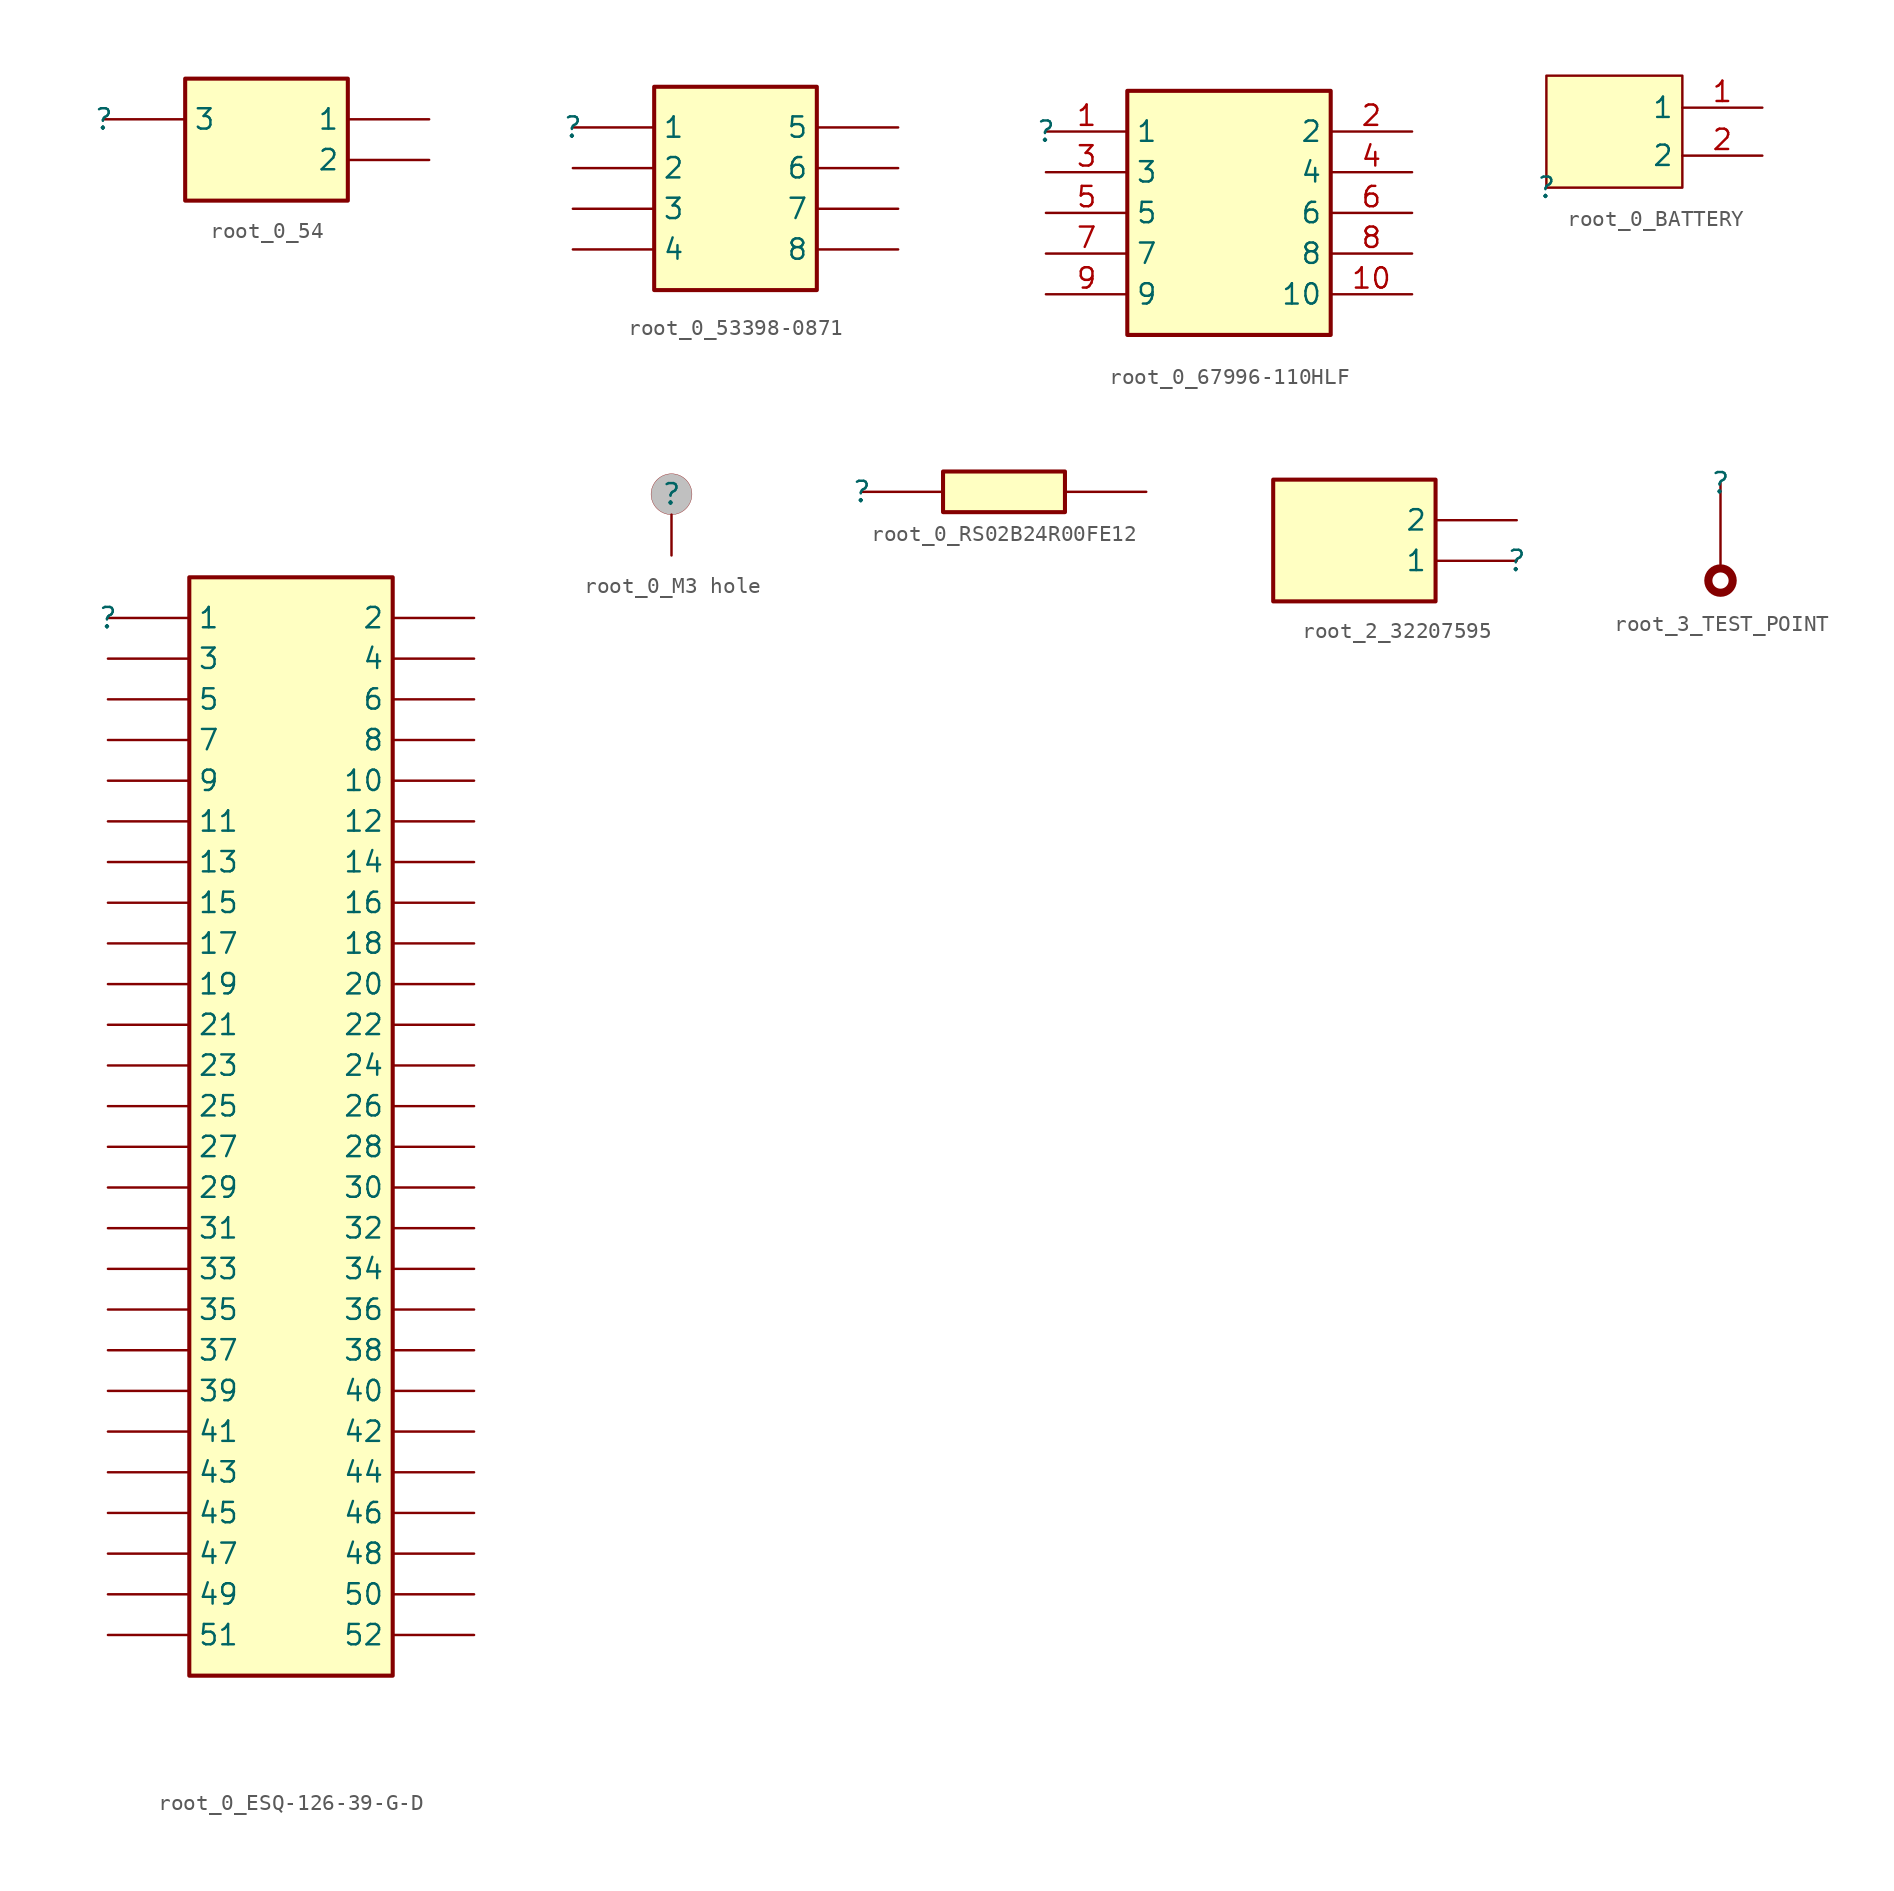
<source format=kicad_sym>
(kicad_symbol_lib
  (version 20220914)
  (generator kicad_symbol_editor)
  (symbol "root_0_54"
    (property "Reference" ""
      (at 0 0 0)
      (effects (font (size 1.27 1.27))))
    (property "Value" ""
      (at 0 0 0)
      (effects (font (size 1.27 1.27))))
    (symbol "root_0_54_1_0"
      (rectangle (start 15.24 2.54) (end 5.08 -5.08) (stroke (width 0.254) (type solid)) (fill (type background)))
      (pin passive line (at 20.32 0 180) (length 5.08) (name "1" (effects (font (size 1.27 1.27)))) (number "1" (effects (font (size 0 0)))))
      (pin passive line (at 20.32 -2.54 180) (length 5.08) (name "2" (effects (font (size 1.27 1.27)))) (number "2" (effects (font (size 0 0)))))
      (pin passive line (at 0 0 0) (length 5.08) (name "3" (effects (font (size 1.27 1.27)))) (number "3" (effects (font (size 0 0)))))))
  (symbol "root_0_53398-0871"
    (property "Reference" ""
      (at 0 0 0)
      (effects (font (size 1.27 1.27))))
    (property "Value" ""
      (at 0 0 0)
      (effects (font (size 1.27 1.27))))
    (symbol "root_0_53398-0871_1_0"
      (rectangle (start 15.24 2.54) (end 5.08 -10.16) (stroke (width 0.254) (type solid)) (fill (type background)))
      (pin passive line (at 0 0 0) (length 5.08) (name "1" (effects (font (size 1.27 1.27)))) (number "1" (effects (font (size 0 0)))))
      (pin passive line (at 0 -2.54 0) (length 5.08) (name "2" (effects (font (size 1.27 1.27)))) (number "2" (effects (font (size 0 0)))))
      (pin passive line (at 0 -5.08 0) (length 5.08) (name "3" (effects (font (size 1.27 1.27)))) (number "3" (effects (font (size 0 0)))))
      (pin passive line (at 0 -7.62 0) (length 5.08) (name "4" (effects (font (size 1.27 1.27)))) (number "4" (effects (font (size 0 0)))))
      (pin passive line (at 20.32 0 180) (length 5.08) (name "5" (effects (font (size 1.27 1.27)))) (number "5" (effects (font (size 0 0)))))
      (pin passive line (at 20.32 -2.54 180) (length 5.08) (name "6" (effects (font (size 1.27 1.27)))) (number "6" (effects (font (size 0 0)))))
      (pin passive line (at 20.32 -5.08 180) (length 5.08) (name "7" (effects (font (size 1.27 1.27)))) (number "7" (effects (font (size 0 0)))))
      (pin passive line (at 20.32 -7.62 180) (length 5.08) (name "8" (effects (font (size 1.27 1.27)))) (number "8" (effects (font (size 0 0)))))))
  (symbol "root_0_67996-110HLF"
    (property "Reference" ""
      (at 0 0 0)
      (effects (font (size 1.27 1.27))))
    (property "Value" ""
      (at 0 0 0)
      (effects (font (size 1.27 1.27))))
    (symbol "root_0_67996-110HLF_1_0"
      (rectangle (start 17.78 2.54) (end 5.08 -12.7) (stroke (width 0.254) (type solid)) (fill (type background)))
      (pin passive line (at 0 0 0) (length 5.08) (name "1" (effects (font (size 1.27 1.27)))) (number "1" (effects (font (size 1.27 1.27)))))
      (pin passive line (at 22.86 -10.16 180) (length 5.08) (name "10" (effects (font (size 1.27 1.27)))) (number "10" (effects (font (size 1.27 1.27)))))
      (pin passive line (at 22.86 0 180) (length 5.08) (name "2" (effects (font (size 1.27 1.27)))) (number "2" (effects (font (size 1.27 1.27)))))
      (pin passive line (at 0 -2.54 0) (length 5.08) (name "3" (effects (font (size 1.27 1.27)))) (number "3" (effects (font (size 1.27 1.27)))))
      (pin passive line (at 22.86 -2.54 180) (length 5.08) (name "4" (effects (font (size 1.27 1.27)))) (number "4" (effects (font (size 1.27 1.27)))))
      (pin passive line (at 0 -5.08 0) (length 5.08) (name "5" (effects (font (size 1.27 1.27)))) (number "5" (effects (font (size 1.27 1.27)))))
      (pin passive line (at 22.86 -5.08 180) (length 5.08) (name "6" (effects (font (size 1.27 1.27)))) (number "6" (effects (font (size 1.27 1.27)))))
      (pin passive line (at 0 -7.62 0) (length 5.08) (name "7" (effects (font (size 1.27 1.27)))) (number "7" (effects (font (size 1.27 1.27)))))
      (pin passive line (at 22.86 -7.62 180) (length 5.08) (name "8" (effects (font (size 1.27 1.27)))) (number "8" (effects (font (size 1.27 1.27)))))
      (pin passive line (at 0 -10.16 0) (length 5.08) (name "9" (effects (font (size 1.27 1.27)))) (number "9" (effects (font (size 1.27 1.27)))))))
  (symbol "root_0_BATTERY"
    (property "Reference" ""
      (at 0 0 0)
      (effects (font (size 1.27 1.27))))
    (property "Value" ""
      (at 0 0 0)
      (effects (font (size 1.27 1.27))))
    (symbol "root_0_BATTERY_1_0"
      (rectangle (start 8.5 7) (end 0 0) (stroke (width 0) (type solid)) (fill (type background)))
      (pin passive line (at 13.5 5 180) (length 5) (name "1" (effects (font (size 1.27 1.27)))) (number "1" (effects (font (size 1.27 1.27)))))
      (pin passive line (at 13.5 2 180) (length 5) (name "2" (effects (font (size 1.27 1.27)))) (number "2" (effects (font (size 1.27 1.27)))))))
  (symbol "root_0_ESQ-126-39-G-D"
    (property "Reference" ""
      (at 0 0 0)
      (effects (font (size 1.27 1.27))))
    (property "Value" ""
      (at 0 0 0)
      (effects (font (size 1.27 1.27))))
    (symbol "root_0_ESQ-126-39-G-D_1_0"
      (rectangle (start 17.78 2.54) (end 5.08 -66.04) (stroke (width 0.254) (type solid)) (fill (type background)))
      (pin passive line (at 0 0 0) (length 5.08) (name "1" (effects (font (size 1.27 1.27)))) (number "1" (effects (font (size 0 0)))))
      (pin passive line (at 22.86 -10.16 180) (length 5.08) (name "10" (effects (font (size 1.27 1.27)))) (number "10" (effects (font (size 0 0)))))
      (pin passive line (at 0 -12.7 0) (length 5.08) (name "11" (effects (font (size 1.27 1.27)))) (number "11" (effects (font (size 0 0)))))
      (pin passive line (at 22.86 -12.7 180) (length 5.08) (name "12" (effects (font (size 1.27 1.27)))) (number "12" (effects (font (size 0 0)))))
      (pin passive line (at 0 -15.24 0) (length 5.08) (name "13" (effects (font (size 1.27 1.27)))) (number "13" (effects (font (size 0 0)))))
      (pin passive line (at 22.86 -15.24 180) (length 5.08) (name "14" (effects (font (size 1.27 1.27)))) (number "14" (effects (font (size 0 0)))))
      (pin passive line (at 0 -17.78 0) (length 5.08) (name "15" (effects (font (size 1.27 1.27)))) (number "15" (effects (font (size 0 0)))))
      (pin passive line (at 22.86 -17.78 180) (length 5.08) (name "16" (effects (font (size 1.27 1.27)))) (number "16" (effects (font (size 0 0)))))
      (pin passive line (at 0 -20.32 0) (length 5.08) (name "17" (effects (font (size 1.27 1.27)))) (number "17" (effects (font (size 0 0)))))
      (pin passive line (at 22.86 -20.32 180) (length 5.08) (name "18" (effects (font (size 1.27 1.27)))) (number "18" (effects (font (size 0 0)))))
      (pin passive line (at 0 -22.86 0) (length 5.08) (name "19" (effects (font (size 1.27 1.27)))) (number "19" (effects (font (size 0 0)))))
      (pin passive line (at 22.86 0 180) (length 5.08) (name "2" (effects (font (size 1.27 1.27)))) (number "2" (effects (font (size 0 0)))))
      (pin passive line (at 22.86 -22.86 180) (length 5.08) (name "20" (effects (font (size 1.27 1.27)))) (number "20" (effects (font (size 0 0)))))
      (pin passive line (at 0 -25.4 0) (length 5.08) (name "21" (effects (font (size 1.27 1.27)))) (number "21" (effects (font (size 0 0)))))
      (pin passive line (at 22.86 -25.4 180) (length 5.08) (name "22" (effects (font (size 1.27 1.27)))) (number "22" (effects (font (size 0 0)))))
      (pin passive line (at 0 -27.94 0) (length 5.08) (name "23" (effects (font (size 1.27 1.27)))) (number "23" (effects (font (size 0 0)))))
      (pin passive line (at 22.86 -27.94 180) (length 5.08) (name "24" (effects (font (size 1.27 1.27)))) (number "24" (effects (font (size 0 0)))))
      (pin passive line (at 0 -30.48 0) (length 5.08) (name "25" (effects (font (size 1.27 1.27)))) (number "25" (effects (font (size 0 0)))))
      (pin passive line (at 22.86 -30.48 180) (length 5.08) (name "26" (effects (font (size 1.27 1.27)))) (number "26" (effects (font (size 0 0)))))
      (pin passive line (at 0 -33.02 0) (length 5.08) (name "27" (effects (font (size 1.27 1.27)))) (number "27" (effects (font (size 0 0)))))
      (pin passive line (at 22.86 -33.02 180) (length 5.08) (name "28" (effects (font (size 1.27 1.27)))) (number "28" (effects (font (size 0 0)))))
      (pin passive line (at 0 -35.56 0) (length 5.08) (name "29" (effects (font (size 1.27 1.27)))) (number "29" (effects (font (size 0 0)))))
      (pin passive line (at 0 -2.54 0) (length 5.08) (name "3" (effects (font (size 1.27 1.27)))) (number "3" (effects (font (size 0 0)))))
      (pin passive line (at 22.86 -35.56 180) (length 5.08) (name "30" (effects (font (size 1.27 1.27)))) (number "30" (effects (font (size 0 0)))))
      (pin passive line (at 0 -38.1 0) (length 5.08) (name "31" (effects (font (size 1.27 1.27)))) (number "31" (effects (font (size 0 0)))))
      (pin passive line (at 22.86 -38.1 180) (length 5.08) (name "32" (effects (font (size 1.27 1.27)))) (number "32" (effects (font (size 0 0)))))
      (pin passive line (at 0 -40.64 0) (length 5.08) (name "33" (effects (font (size 1.27 1.27)))) (number "33" (effects (font (size 0 0)))))
      (pin passive line (at 22.86 -40.64 180) (length 5.08) (name "34" (effects (font (size 1.27 1.27)))) (number "34" (effects (font (size 0 0)))))
      (pin passive line (at 0 -43.18 0) (length 5.08) (name "35" (effects (font (size 1.27 1.27)))) (number "35" (effects (font (size 0 0)))))
      (pin passive line (at 22.86 -43.18 180) (length 5.08) (name "36" (effects (font (size 1.27 1.27)))) (number "36" (effects (font (size 0 0)))))
      (pin passive line (at 0 -45.72 0) (length 5.08) (name "37" (effects (font (size 1.27 1.27)))) (number "37" (effects (font (size 0 0)))))
      (pin passive line (at 22.86 -45.72 180) (length 5.08) (name "38" (effects (font (size 1.27 1.27)))) (number "38" (effects (font (size 0 0)))))
      (pin passive line (at 0 -48.26 0) (length 5.08) (name "39" (effects (font (size 1.27 1.27)))) (number "39" (effects (font (size 0 0)))))
      (pin passive line (at 22.86 -2.54 180) (length 5.08) (name "4" (effects (font (size 1.27 1.27)))) (number "4" (effects (font (size 0 0)))))
      (pin passive line (at 22.86 -48.26 180) (length 5.08) (name "40" (effects (font (size 1.27 1.27)))) (number "40" (effects (font (size 0 0)))))
      (pin passive line (at 0 -50.8 0) (length 5.08) (name "41" (effects (font (size 1.27 1.27)))) (number "41" (effects (font (size 0 0)))))
      (pin passive line (at 22.86 -50.8 180) (length 5.08) (name "42" (effects (font (size 1.27 1.27)))) (number "42" (effects (font (size 0 0)))))
      (pin passive line (at 0 -53.34 0) (length 5.08) (name "43" (effects (font (size 1.27 1.27)))) (number "43" (effects (font (size 0 0)))))
      (pin passive line (at 22.86 -53.34 180) (length 5.08) (name "44" (effects (font (size 1.27 1.27)))) (number "44" (effects (font (size 0 0)))))
      (pin passive line (at 0 -55.88 0) (length 5.08) (name "45" (effects (font (size 1.27 1.27)))) (number "45" (effects (font (size 0 0)))))
      (pin passive line (at 22.86 -55.88 180) (length 5.08) (name "46" (effects (font (size 1.27 1.27)))) (number "46" (effects (font (size 0 0)))))
      (pin passive line (at 0 -58.42 0) (length 5.08) (name "47" (effects (font (size 1.27 1.27)))) (number "47" (effects (font (size 0 0)))))
      (pin passive line (at 22.86 -58.42 180) (length 5.08) (name "48" (effects (font (size 1.27 1.27)))) (number "48" (effects (font (size 0 0)))))
      (pin passive line (at 0 -60.96 0) (length 5.08) (name "49" (effects (font (size 1.27 1.27)))) (number "49" (effects (font (size 0 0)))))
      (pin passive line (at 0 -5.08 0) (length 5.08) (name "5" (effects (font (size 1.27 1.27)))) (number "5" (effects (font (size 0 0)))))
      (pin passive line (at 22.86 -60.96 180) (length 5.08) (name "50" (effects (font (size 1.27 1.27)))) (number "50" (effects (font (size 0 0)))))
      (pin passive line (at 0 -63.5 0) (length 5.08) (name "51" (effects (font (size 1.27 1.27)))) (number "51" (effects (font (size 0 0)))))
      (pin passive line (at 22.86 -63.5 180) (length 5.08) (name "52" (effects (font (size 1.27 1.27)))) (number "52" (effects (font (size 0 0)))))
      (pin passive line (at 22.86 -5.08 180) (length 5.08) (name "6" (effects (font (size 1.27 1.27)))) (number "6" (effects (font (size 0 0)))))
      (pin passive line (at 0 -7.62 0) (length 5.08) (name "7" (effects (font (size 1.27 1.27)))) (number "7" (effects (font (size 0 0)))))
      (pin passive line (at 22.86 -7.62 180) (length 5.08) (name "8" (effects (font (size 1.27 1.27)))) (number "8" (effects (font (size 0 0)))))
      (pin passive line (at 0 -10.16 0) (length 5.08) (name "9" (effects (font (size 1.27 1.27)))) (number "9" (effects (font (size 0 0)))))))
  (symbol "root_0_M3 hole"
    (property "Reference" ""
      (at 0 0 0)
      (effects (font (size 1.27 1.27))))
    (property "Value" ""
      (at 0 0 0)
      (effects (font (size 1.27 1.27))))
    (symbol "root_0_M3 hole_1_0"
      (circle (center 0 0) (radius 1.27) (stroke (width 0.0001) (type solid)) (fill (type color) (color 192 192 192 1)))
      (pin passive line (at 0 -3.81 90) (length 2.54) (name "0" (effects (font (size 0 0)))) (number "0" (effects (font (size 0 0)))))))
  (symbol "root_0_RS02B24R00FE12"
    (property "Reference" ""
      (at 0 0 0)
      (effects (font (size 1.27 1.27))))
    (property "Value" ""
      (at 0 0 0)
      (effects (font (size 1.27 1.27))))
    (symbol "root_0_RS02B24R00FE12_1_0"
      (rectangle (start 12.7 1.27) (end 5.08 -1.27) (stroke (width 0.254) (type solid)) (fill (type background)))
      (pin passive line (at 0 0 0) (length 5.08) (name "1" (effects (font (size 0 0)))) (number "1" (effects (font (size 0 0)))))
      (pin passive line (at 17.78 0 180) (length 5.08) (name "2" (effects (font (size 0 0)))) (number "2" (effects (font (size 0 0)))))))
  (symbol "root_2_32207595"
    (property "Reference" ""
      (at 0 0 0)
      (effects (font (size 1.27 1.27))))
    (property "Value" ""
      (at 0 0 0)
      (effects (font (size 1.27 1.27))))
    (symbol "root_2_32207595_1_0"
      (rectangle (start -5.08 5.08) (end -15.24 -2.54) (stroke (width 0.254) (type solid)) (fill (type background)))
      (pin passive line (at 0 0 180) (length 5.08) (name "1" (effects (font (size 1.27 1.27)))) (number "1" (effects (font (size 0 0)))))
      (pin passive line (at 0 2.54 180) (length 5.08) (name "2" (effects (font (size 1.27 1.27)))) (number "2" (effects (font (size 0 0)))))))
  (symbol "root_3_TEST_POINT"
    (property "Reference" ""
      (at 0 0 0)
      (effects (font (size 1.27 1.27))))
    (property "Value" ""
      (at 0 0 0)
      (effects (font (size 1.27 1.27))))
    (symbol "root_3_TEST_POINT_1_0"
      (circle (center 0 -6.096) (radius 0.762) (stroke (width 0.508) (type solid)) (fill (type none)))
      (pin passive line (at 0 0 270) (length 5.08) (name "1" (effects (font (size 0 0)))) (number "1" (effects (font (size 0 0))))))))
</source>
